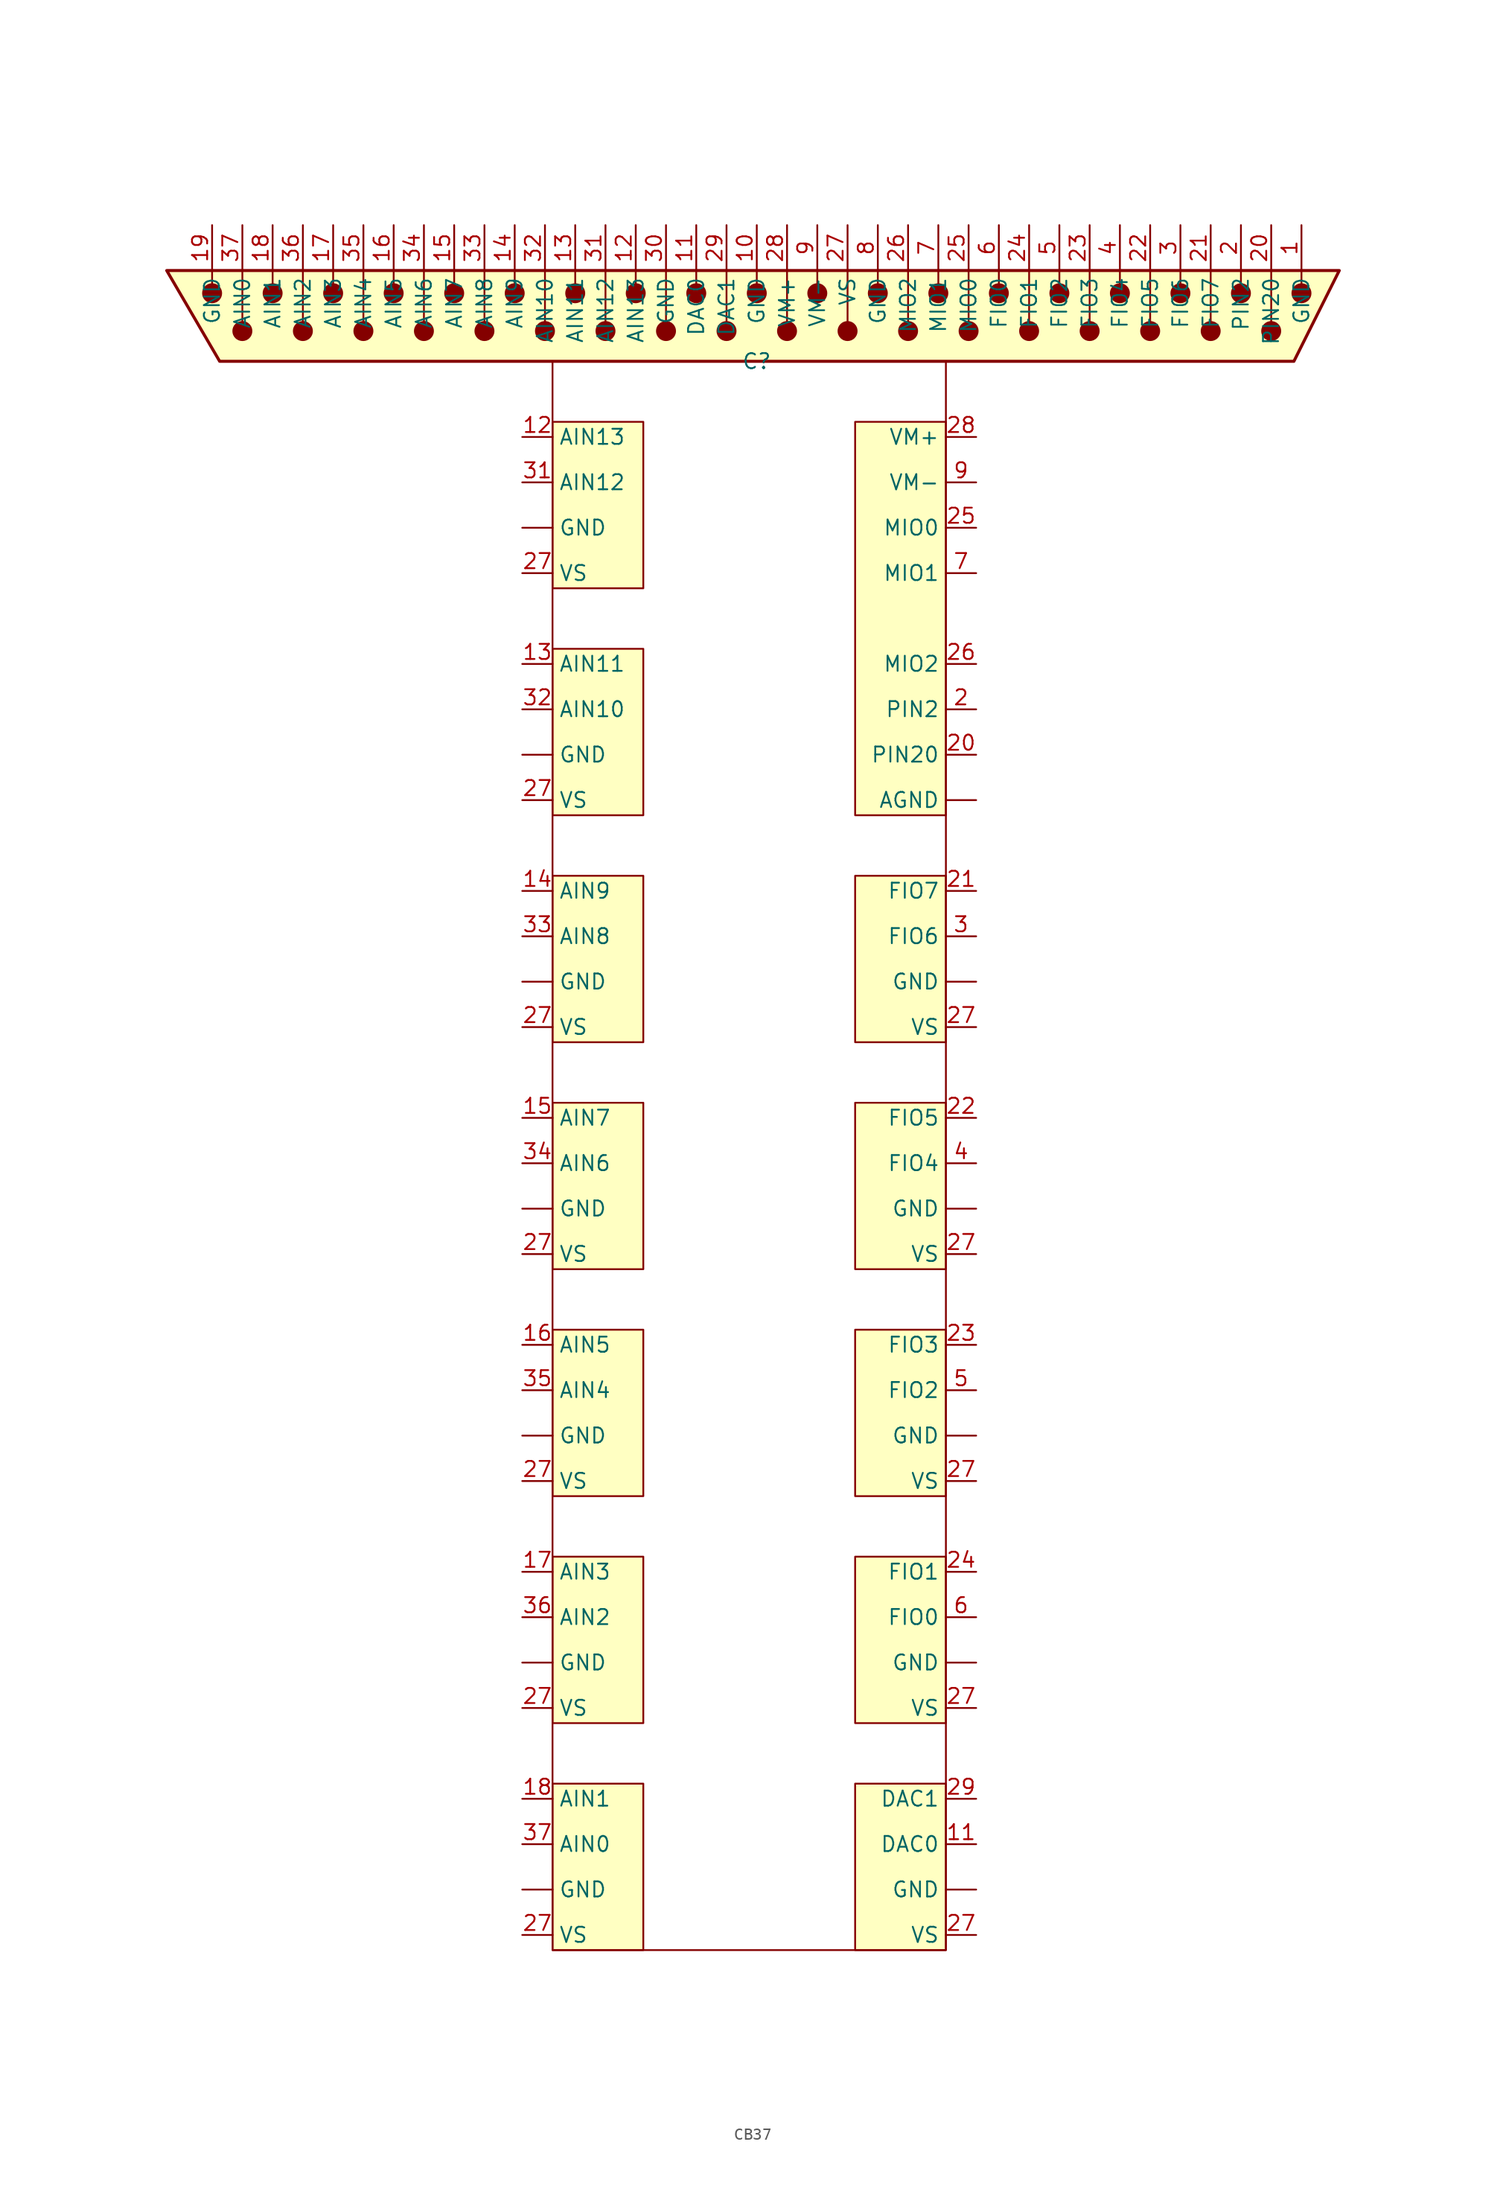
<source format=kicad_sym>
(kicad_symbol_lib
  (version 20241209)
  (generator "kicad_symbol_editor")
  (generator_version "9.0")
  (symbol "CB37"
    (property "Reference" "C"
      (at 0.635 0 0)
      (effects (font (size 1.27 1.27))))
    (property "Value" ""
      (at 0 0 0)
      (effects (font (size 1.27 1.27))))
    (symbol "CB37_0_1"
      (polyline (pts (xy -48.895 7.62) (xy -44.45 0) (xy 45.72 0) (xy 49.53 7.62) (xy -48.895 7.62)) (stroke (width 0.254) (type default)) (fill (type background)))
      (polyline (pts (xy -45.085 7.62) (xy -45.085 6.35)) (stroke (width 0) (type default)) (fill (type none)))
      (circle (center -45.085 5.715) (radius 0.762) (stroke (width 0) (type default)) (fill (type outline)))
      (polyline (pts (xy -42.545 7.62) (xy -42.545 3.302)) (stroke (width 0) (type default)) (fill (type none)))
      (circle (center -42.545 2.54) (radius 0.762) (stroke (width 0) (type default)) (fill (type outline)))
      (polyline (pts (xy -40.005 7.62) (xy -40.005 6.35)) (stroke (width 0) (type default)) (fill (type none)))
      (circle (center -40.005 5.715) (radius 0.762) (stroke (width 0) (type default)) (fill (type outline)))
      (polyline (pts (xy -37.465 7.62) (xy -37.465 3.302)) (stroke (width 0) (type default)) (fill (type none)))
      (circle (center -37.465 2.54) (radius 0.762) (stroke (width 0) (type default)) (fill (type outline)))
      (polyline (pts (xy -34.925 7.62) (xy -34.925 6.35)) (stroke (width 0) (type default)) (fill (type none)))
      (circle (center -34.925 5.715) (radius 0.762) (stroke (width 0) (type default)) (fill (type outline)))
      (polyline (pts (xy -32.385 7.62) (xy -32.385 3.302)) (stroke (width 0) (type default)) (fill (type none)))
      (circle (center -32.385 2.54) (radius 0.762) (stroke (width 0) (type default)) (fill (type outline)))
      (polyline (pts (xy -29.845 7.62) (xy -29.845 6.35)) (stroke (width 0) (type default)) (fill (type none)))
      (circle (center -29.845 5.715) (radius 0.762) (stroke (width 0) (type default)) (fill (type outline)))
      (polyline (pts (xy -27.305 7.62) (xy -27.305 3.302)) (stroke (width 0) (type default)) (fill (type none)))
      (circle (center -27.305 2.54) (radius 0.762) (stroke (width 0) (type default)) (fill (type outline)))
      (polyline (pts (xy -24.765 7.62) (xy -24.765 6.35)) (stroke (width 0) (type default)) (fill (type none)))
      (circle (center -24.765 5.715) (radius 0.762) (stroke (width 0) (type default)) (fill (type outline)))
      (polyline (pts (xy -22.225 7.62) (xy -22.225 3.302)) (stroke (width 0) (type default)) (fill (type none)))
      (circle (center -22.225 2.54) (radius 0.762) (stroke (width 0) (type default)) (fill (type outline)))
      (polyline (pts (xy -19.685 7.62) (xy -19.685 6.35)) (stroke (width 0) (type default)) (fill (type none)))
      (circle (center -19.685 5.715) (radius 0.762) (stroke (width 0) (type default)) (fill (type outline)))
      (polyline (pts (xy -17.145 7.62) (xy -17.145 3.302)) (stroke (width 0) (type default)) (fill (type none)))
      (circle (center -17.145 2.54) (radius 0.762) (stroke (width 0) (type default)) (fill (type outline)))
      (rectangle (start -16.51 -5.08) (end -8.89 -19.05) (stroke (width 0) (type default)) (fill (type color) (color 255 255 194 1)))
      (rectangle (start -16.51 -24.13) (end -8.89 -38.1) (stroke (width 0) (type default)) (fill (type color) (color 255 255 194 1)))
      (rectangle (start -16.51 -43.18) (end -8.89 -57.15) (stroke (width 0) (type default)) (fill (type color) (color 255 255 194 1)))
      (rectangle (start -16.51 -62.23) (end -8.89 -76.2) (stroke (width 0) (type default)) (fill (type color) (color 255 255 194 1)))
      (rectangle (start -16.51 -81.28) (end -8.89 -95.25) (stroke (width 0) (type default)) (fill (type color) (color 255 255 194 1)))
      (rectangle (start -16.51 -100.33) (end -8.89 -114.3) (stroke (width 0) (type default)) (fill (type color) (color 255 255 194 1)))
      (rectangle (start -16.51 -119.38) (end -8.89 -133.35) (stroke (width 0) (type default)) (fill (type color) (color 255 255 194 1)))
      (polyline (pts (xy -14.605 7.62) (xy -14.605 6.35)) (stroke (width 0) (type default)) (fill (type none)))
      (circle (center -14.605 5.715) (radius 0.762) (stroke (width 0) (type default)) (fill (type outline)))
      (polyline (pts (xy -12.065 7.62) (xy -12.065 3.302)) (stroke (width 0) (type default)) (fill (type none)))
      (circle (center -12.065 2.54) (radius 0.762) (stroke (width 0) (type default)) (fill (type outline)))
      (polyline (pts (xy -9.525 7.62) (xy -9.525 6.35)) (stroke (width 0) (type default)) (fill (type none)))
      (circle (center -9.525 5.715) (radius 0.762) (stroke (width 0) (type default)) (fill (type outline)))
      (polyline (pts (xy -6.985 7.62) (xy -6.985 3.302)) (stroke (width 0) (type default)) (fill (type none)))
      (circle (center -6.985 2.54) (radius 0.762) (stroke (width 0) (type default)) (fill (type outline)))
      (polyline (pts (xy -4.445 7.62) (xy -4.445 6.35)) (stroke (width 0) (type default)) (fill (type none)))
      (circle (center -4.445 5.715) (radius 0.762) (stroke (width 0) (type default)) (fill (type outline)))
      (polyline (pts (xy -1.905 7.62) (xy -1.905 3.302)) (stroke (width 0) (type default)) (fill (type none)))
      (circle (center -1.905 2.54) (radius 0.762) (stroke (width 0) (type default)) (fill (type outline)))
      (polyline (pts (xy 0.635 7.62) (xy 0.635 6.35)) (stroke (width 0) (type default)) (fill (type none)))
      (circle (center 0.635 5.715) (radius 0.762) (stroke (width 0) (type default)) (fill (type outline)))
      (polyline (pts (xy 3.175 7.62) (xy 3.175 3.302)) (stroke (width 0) (type default)) (fill (type none)))
      (circle (center 3.175 2.54) (radius 0.762) (stroke (width 0) (type default)) (fill (type outline)))
      (polyline (pts (xy 5.715 7.62) (xy 5.715 6.35)) (stroke (width 0) (type default)) (fill (type none)))
      (circle (center 5.715 5.715) (radius 0.762) (stroke (width 0) (type default)) (fill (type outline)))
      (polyline (pts (xy 8.255 7.62) (xy 8.255 3.302)) (stroke (width 0) (type default)) (fill (type none)))
      (circle (center 8.255 2.54) (radius 0.762) (stroke (width 0) (type default)) (fill (type outline)))
      (rectangle (start 8.89 -5.08) (end 16.51 -38.1) (stroke (width 0) (type default)) (fill (type color) (color 255 255 194 1)))
      (rectangle (start 8.89 -43.18) (end 16.51 -57.15) (stroke (width 0) (type default)) (fill (type color) (color 255 255 194 1)))
      (rectangle (start 8.89 -62.23) (end 16.51 -76.2) (stroke (width 0) (type default)) (fill (type color) (color 255 255 194 1)))
      (rectangle (start 8.89 -81.28) (end 16.51 -95.25) (stroke (width 0) (type default)) (fill (type color) (color 255 255 194 1)))
      (rectangle (start 8.89 -100.33) (end 16.51 -114.3) (stroke (width 0) (type default)) (fill (type color) (color 255 255 194 1)))
      (rectangle (start 8.89 -119.38) (end 16.51 -133.35) (stroke (width 0) (type default)) (fill (type color) (color 255 255 194 1)))
      (polyline (pts (xy 10.795 7.62) (xy 10.795 6.35)) (stroke (width 0) (type default)) (fill (type none)))
      (circle (center 10.795 5.715) (radius 0.762) (stroke (width 0) (type default)) (fill (type outline)))
      (polyline (pts (xy 13.335 7.62) (xy 13.335 3.302)) (stroke (width 0) (type default)) (fill (type none)))
      (circle (center 13.335 2.54) (radius 0.762) (stroke (width 0) (type default)) (fill (type outline)))
      (polyline (pts (xy 15.875 7.62) (xy 15.875 6.35)) (stroke (width 0) (type default)) (fill (type none)))
      (circle (center 15.875 5.715) (radius 0.762) (stroke (width 0) (type default)) (fill (type outline)))
      (polyline (pts (xy 18.415 7.62) (xy 18.415 3.302)) (stroke (width 0) (type default)) (fill (type none)))
      (circle (center 18.415 2.54) (radius 0.762) (stroke (width 0) (type default)) (fill (type outline)))
      (polyline (pts (xy 20.955 7.62) (xy 20.955 6.35)) (stroke (width 0) (type default)) (fill (type none)))
      (circle (center 20.955 5.715) (radius 0.762) (stroke (width 0) (type default)) (fill (type outline)))
      (polyline (pts (xy 23.495 7.62) (xy 23.495 3.302)) (stroke (width 0) (type default)) (fill (type none)))
      (circle (center 23.495 2.54) (radius 0.762) (stroke (width 0) (type default)) (fill (type outline)))
      (polyline (pts (xy 26.035 7.62) (xy 26.035 6.35)) (stroke (width 0) (type default)) (fill (type none)))
      (circle (center 26.035 5.715) (radius 0.762) (stroke (width 0) (type default)) (fill (type outline)))
      (polyline (pts (xy 28.575 7.62) (xy 28.575 3.302)) (stroke (width 0) (type default)) (fill (type none)))
      (circle (center 28.575 2.54) (radius 0.762) (stroke (width 0) (type default)) (fill (type outline)))
      (polyline (pts (xy 31.115 7.62) (xy 31.115 6.35)) (stroke (width 0) (type default)) (fill (type none)))
      (circle (center 31.115 5.715) (radius 0.762) (stroke (width 0) (type default)) (fill (type outline)))
      (polyline (pts (xy 33.655 7.62) (xy 33.655 3.302)) (stroke (width 0) (type default)) (fill (type none)))
      (circle (center 33.655 2.54) (radius 0.762) (stroke (width 0) (type default)) (fill (type outline)))
      (polyline (pts (xy 36.195 7.62) (xy 36.195 6.35)) (stroke (width 0) (type default)) (fill (type none)))
      (circle (center 36.195 5.715) (radius 0.762) (stroke (width 0) (type default)) (fill (type outline)))
      (polyline (pts (xy 38.735 7.62) (xy 38.735 3.302)) (stroke (width 0) (type default)) (fill (type none)))
      (circle (center 38.735 2.54) (radius 0.762) (stroke (width 0) (type default)) (fill (type outline)))
      (polyline (pts (xy 41.275 7.62) (xy 41.275 6.35)) (stroke (width 0) (type default)) (fill (type none)))
      (circle (center 41.275 5.715) (radius 0.762) (stroke (width 0) (type default)) (fill (type outline)))
      (polyline (pts (xy 43.815 7.62) (xy 43.815 3.302)) (stroke (width 0) (type default)) (fill (type none)))
      (circle (center 43.815 2.54) (radius 0.762) (stroke (width 0) (type default)) (fill (type outline)))
      (polyline (pts (xy 46.355 7.62) (xy 46.355 6.35)) (stroke (width 0) (type default)) (fill (type none)))
      (circle (center 46.355 5.715) (radius 0.762) (stroke (width 0) (type default)) (fill (type outline))))
    (symbol "CB37_1_1"
      (rectangle (start -16.51 0) (end 16.51 -133.35) (stroke (width 0) (type solid)) (fill (type none)))
      (pin power_in line (at -45.085 11.43 270) (length 3.81) (name "GND" (effects (font (size 1.27 1.27)))) (number "19" (effects (font (size 1.27 1.27)))))
      (pin output line (at -42.545 11.43 270) (length 3.81) (name "AIN0" (effects (font (size 1.27 1.27)))) (number "37" (effects (font (size 1.27 1.27)))))
      (pin output line (at -40.005 11.43 270) (length 3.81) (name "AIN1" (effects (font (size 1.27 1.27)))) (number "18" (effects (font (size 1.27 1.27)))))
      (pin output line (at -37.465 11.43 270) (length 3.81) (name "AIN2" (effects (font (size 1.27 1.27)))) (number "36" (effects (font (size 1.27 1.27)))))
      (pin output line (at -34.925 11.43 270) (length 3.81) (name "AIN3" (effects (font (size 1.27 1.27)))) (number "17" (effects (font (size 1.27 1.27)))))
      (pin output line (at -32.385 11.43 270) (length 3.81) (name "AIN4" (effects (font (size 1.27 1.27)))) (number "35" (effects (font (size 1.27 1.27)))))
      (pin output line (at -29.845 11.43 270) (length 3.81) (name "AIN5" (effects (font (size 1.27 1.27)))) (number "16" (effects (font (size 1.27 1.27)))))
      (pin output line (at -27.305 11.43 270) (length 3.81) (name "AIN6" (effects (font (size 1.27 1.27)))) (number "34" (effects (font (size 1.27 1.27)))))
      (pin output line (at -24.765 11.43 270) (length 3.81) (name "AIN7" (effects (font (size 1.27 1.27)))) (number "15" (effects (font (size 1.27 1.27)))))
      (pin output line (at -22.225 11.43 270) (length 3.81) (name "AIN8" (effects (font (size 1.27 1.27)))) (number "33" (effects (font (size 1.27 1.27)))))
      (pin output line (at -19.685 11.43 270) (length 3.81) (name "AIN9" (effects (font (size 1.27 1.27)))) (number "14" (effects (font (size 1.27 1.27)))))
      (pin input line (at -19.05 -6.35 0) (length 2.54) (name "AIN13" (effects (font (size 1.27 1.27)))) (number "12" (effects (font (size 1.27 1.27)))))
      (pin input line (at -19.05 -10.16 0) (length 2.54) (name "AIN12" (effects (font (size 1.27 1.27)))) (number "31" (effects (font (size 1.27 1.27)))))
      (pin power_in line (at -19.05 -13.97 0) (length 2.54) (name "GND" (effects (font (size 1.27 1.27)))) (number "" (effects (font (size 1.27 1.27)))))
      (pin power_out line (at -19.05 -17.78 0) (length 2.54) (name "VS" (effects (font (size 1.27 1.27)))) (number "27" (effects (font (size 1.27 1.27)))))
      (pin input line (at -19.05 -25.4 0) (length 2.54) (name "AIN11" (effects (font (size 1.27 1.27)))) (number "13" (effects (font (size 1.27 1.27)))))
      (pin input line (at -19.05 -29.21 0) (length 2.54) (name "AIN10" (effects (font (size 1.27 1.27)))) (number "32" (effects (font (size 1.27 1.27)))))
      (pin power_in line (at -19.05 -33.02 0) (length 2.54) (name "GND" (effects (font (size 1.27 1.27)))) (number "" (effects (font (size 1.27 1.27)))))
      (pin power_out line (at -19.05 -36.83 0) (length 2.54) (name "VS" (effects (font (size 1.27 1.27)))) (number "27" (effects (font (size 1.27 1.27)))))
      (pin input line (at -19.05 -44.45 0) (length 2.54) (name "AIN9" (effects (font (size 1.27 1.27)))) (number "14" (effects (font (size 1.27 1.27)))))
      (pin input line (at -19.05 -48.26 0) (length 2.54) (name "AIN8" (effects (font (size 1.27 1.27)))) (number "33" (effects (font (size 1.27 1.27)))))
      (pin power_in line (at -19.05 -52.07 0) (length 2.54) (name "GND" (effects (font (size 1.27 1.27)))) (number "" (effects (font (size 1.27 1.27)))))
      (pin power_out line (at -19.05 -55.88 0) (length 2.54) (name "VS" (effects (font (size 1.27 1.27)))) (number "27" (effects (font (size 1.27 1.27)))))
      (pin input line (at -19.05 -63.5 0) (length 2.54) (name "AIN7" (effects (font (size 1.27 1.27)))) (number "15" (effects (font (size 1.27 1.27)))))
      (pin input line (at -19.05 -67.31 0) (length 2.54) (name "AIN6" (effects (font (size 1.27 1.27)))) (number "34" (effects (font (size 1.27 1.27)))))
      (pin power_in line (at -19.05 -71.12 0) (length 2.54) (name "GND" (effects (font (size 1.27 1.27)))) (number "" (effects (font (size 1.27 1.27)))))
      (pin power_out line (at -19.05 -74.93 0) (length 2.54) (name "VS" (effects (font (size 1.27 1.27)))) (number "27" (effects (font (size 1.27 1.27)))))
      (pin input line (at -19.05 -82.55 0) (length 2.54) (name "AIN5" (effects (font (size 1.27 1.27)))) (number "16" (effects (font (size 1.27 1.27)))))
      (pin input line (at -19.05 -86.36 0) (length 2.54) (name "AIN4" (effects (font (size 1.27 1.27)))) (number "35" (effects (font (size 1.27 1.27)))))
      (pin power_in line (at -19.05 -90.17 0) (length 2.54) (name "GND" (effects (font (size 1.27 1.27)))) (number "" (effects (font (size 1.27 1.27)))))
      (pin power_out line (at -19.05 -93.98 0) (length 2.54) (name "VS" (effects (font (size 1.27 1.27)))) (number "27" (effects (font (size 1.27 1.27)))))
      (pin input line (at -19.05 -101.6 0) (length 2.54) (name "AIN3" (effects (font (size 1.27 1.27)))) (number "17" (effects (font (size 1.27 1.27)))))
      (pin input line (at -19.05 -105.41 0) (length 2.54) (name "AIN2" (effects (font (size 1.27 1.27)))) (number "36" (effects (font (size 1.27 1.27)))))
      (pin power_in line (at -19.05 -109.22 0) (length 2.54) (name "GND" (effects (font (size 1.27 1.27)))) (number "" (effects (font (size 1.27 1.27)))))
      (pin power_out line (at -19.05 -113.03 0) (length 2.54) (name "VS" (effects (font (size 1.27 1.27)))) (number "27" (effects (font (size 1.27 1.27)))))
      (pin input line (at -19.05 -120.65 0) (length 2.54) (name "AIN1" (effects (font (size 1.27 1.27)))) (number "18" (effects (font (size 1.27 1.27)))))
      (pin input line (at -19.05 -124.46 0) (length 2.54) (name "AIN0" (effects (font (size 1.27 1.27)))) (number "37" (effects (font (size 1.27 1.27)))))
      (pin power_in line (at -19.05 -128.27 0) (length 2.54) (name "GND" (effects (font (size 1.27 1.27)))) (number "" (effects (font (size 1.27 1.27)))))
      (pin power_out line (at -19.05 -132.08 0) (length 2.54) (name "VS" (effects (font (size 1.27 1.27)))) (number "27" (effects (font (size 1.27 1.27)))))
      (pin output line (at -17.145 11.43 270) (length 3.81) (name "AIN10" (effects (font (size 1.27 1.27)))) (number "32" (effects (font (size 1.27 1.27)))))
      (pin output line (at -14.605 11.43 270) (length 3.81) (name "AIN11" (effects (font (size 1.27 1.27)))) (number "13" (effects (font (size 1.27 1.27)))))
      (pin output line (at -12.065 11.43 270) (length 3.81) (name "AIN12" (effects (font (size 1.27 1.27)))) (number "31" (effects (font (size 1.27 1.27)))))
      (pin output line (at -9.525 11.43 270) (length 3.81) (name "AIN13" (effects (font (size 1.27 1.27)))) (number "12" (effects (font (size 1.27 1.27)))))
      (pin power_in line (at -6.985 11.43 270) (length 3.81) (name "GND" (effects (font (size 1.27 1.27)))) (number "30" (effects (font (size 1.27 1.27)))))
      (pin output line (at -4.445 11.43 270) (length 3.81) (name "DAC0" (effects (font (size 1.27 1.27)))) (number "11" (effects (font (size 1.27 1.27)))))
      (pin output line (at -1.905 11.43 270) (length 3.81) (name "DAC1" (effects (font (size 1.27 1.27)))) (number "29" (effects (font (size 1.27 1.27)))))
      (pin power_in line (at 0.635 11.43 270) (length 3.81) (name "GND" (effects (font (size 1.27 1.27)))) (number "10" (effects (font (size 1.27 1.27)))))
      (pin output line (at 3.175 11.43 270) (length 3.81) (name "VM+" (effects (font (size 1.27 1.27)))) (number "28" (effects (font (size 1.27 1.27)))))
      (pin output line (at 5.715 11.43 270) (length 3.81) (name "VM-" (effects (font (size 1.27 1.27)))) (number "9" (effects (font (size 1.27 1.27)))))
      (pin power_in line (at 8.255 11.43 270) (length 3.81) (name "VS" (effects (font (size 1.27 1.27)))) (number "27" (effects (font (size 1.27 1.27)))))
      (pin power_in line (at 10.795 11.43 270) (length 3.81) (name "GND" (effects (font (size 1.27 1.27)))) (number "8" (effects (font (size 1.27 1.27)))))
      (pin passive line (at 13.335 11.43 270) (length 3.81) (name "MIO2" (effects (font (size 1.27 1.27)))) (number "26" (effects (font (size 1.27 1.27)))))
      (pin bidirectional line (at 15.875 11.43 270) (length 3.81) (name "MIO1" (effects (font (size 1.27 1.27)))) (number "7" (effects (font (size 1.27 1.27)))))
      (pin bidirectional line (at 18.415 11.43 270) (length 3.81) (name "MIO0" (effects (font (size 1.27 1.27)))) (number "25" (effects (font (size 1.27 1.27)))))
      (pin input line (at 19.05 -6.35 180) (length 2.54) (name "VM+" (effects (font (size 1.27 1.27)))) (number "28" (effects (font (size 1.27 1.27)))))
      (pin input line (at 19.05 -10.16 180) (length 2.54) (name "VM-" (effects (font (size 1.27 1.27)))) (number "9" (effects (font (size 1.27 1.27)))))
      (pin bidirectional line (at 19.05 -13.97 180) (length 2.54) (name "MIO0" (effects (font (size 1.27 1.27)))) (number "25" (effects (font (size 1.27 1.27)))))
      (pin bidirectional line (at 19.05 -17.78 180) (length 2.54) (name "MIO1" (effects (font (size 1.27 1.27)))) (number "7" (effects (font (size 1.27 1.27)))))
      (pin bidirectional line (at 19.05 -25.4 180) (length 2.54) (name "MIO2" (effects (font (size 1.27 1.27)))) (number "26" (effects (font (size 1.27 1.27)))))
      (pin power_out line (at 19.05 -29.21 180) (length 2.54) (name "PIN2" (effects (font (size 1.27 1.27)))) (number "2" (effects (font (size 1.27 1.27)))))
      (pin power_out line (at 19.05 -33.02 180) (length 2.54) (name "PIN20" (effects (font (size 1.27 1.27)))) (number "20" (effects (font (size 1.27 1.27)))))
      (pin power_in line (at 19.05 -36.83 180) (length 2.54) (name "AGND" (effects (font (size 1.27 1.27)))) (number "" (effects (font (size 1.27 1.27)))))
      (pin bidirectional line (at 19.05 -44.45 180) (length 2.54) (name "FIO7" (effects (font (size 1.27 1.27)))) (number "21" (effects (font (size 1.27 1.27)))))
      (pin bidirectional line (at 19.05 -48.26 180) (length 2.54) (name "FIO6" (effects (font (size 1.27 1.27)))) (number "3" (effects (font (size 1.27 1.27)))))
      (pin power_in line (at 19.05 -52.07 180) (length 2.54) (name "GND" (effects (font (size 1.27 1.27)))) (number "" (effects (font (size 1.27 1.27)))))
      (pin power_out line (at 19.05 -55.88 180) (length 2.54) (name "VS" (effects (font (size 1.27 1.27)))) (number "27" (effects (font (size 1.27 1.27)))))
      (pin bidirectional line (at 19.05 -63.5 180) (length 2.54) (name "FIO5" (effects (font (size 1.27 1.27)))) (number "22" (effects (font (size 1.27 1.27)))))
      (pin bidirectional line (at 19.05 -67.31 180) (length 2.54) (name "FIO4" (effects (font (size 1.27 1.27)))) (number "4" (effects (font (size 1.27 1.27)))))
      (pin power_in line (at 19.05 -71.12 180) (length 2.54) (name "GND" (effects (font (size 1.27 1.27)))) (number "" (effects (font (size 1.27 1.27)))))
      (pin power_out line (at 19.05 -74.93 180) (length 2.54) (name "VS" (effects (font (size 1.27 1.27)))) (number "27" (effects (font (size 1.27 1.27)))))
      (pin bidirectional line (at 19.05 -82.55 180) (length 2.54) (name "FIO3" (effects (font (size 1.27 1.27)))) (number "23" (effects (font (size 1.27 1.27)))))
      (pin bidirectional line (at 19.05 -86.36 180) (length 2.54) (name "FIO2" (effects (font (size 1.27 1.27)))) (number "5" (effects (font (size 1.27 1.27)))))
      (pin power_in line (at 19.05 -90.17 180) (length 2.54) (name "GND" (effects (font (size 1.27 1.27)))) (number "" (effects (font (size 1.27 1.27)))))
      (pin power_out line (at 19.05 -93.98 180) (length 2.54) (name "VS" (effects (font (size 1.27 1.27)))) (number "27" (effects (font (size 1.27 1.27)))))
      (pin bidirectional line (at 19.05 -101.6 180) (length 2.54) (name "FIO1" (effects (font (size 1.27 1.27)))) (number "24" (effects (font (size 1.27 1.27)))))
      (pin bidirectional line (at 19.05 -105.41 180) (length 2.54) (name "FIO0" (effects (font (size 1.27 1.27)))) (number "6" (effects (font (size 1.27 1.27)))))
      (pin power_in line (at 19.05 -109.22 180) (length 2.54) (name "GND" (effects (font (size 1.27 1.27)))) (number "" (effects (font (size 1.27 1.27)))))
      (pin power_out line (at 19.05 -113.03 180) (length 2.54) (name "VS" (effects (font (size 1.27 1.27)))) (number "27" (effects (font (size 1.27 1.27)))))
      (pin output line (at 19.05 -120.65 180) (length 2.54) (name "DAC1" (effects (font (size 1.27 1.27)))) (number "29" (effects (font (size 1.27 1.27)))))
      (pin output line (at 19.05 -124.46 180) (length 2.54) (name "DAC0" (effects (font (size 1.27 1.27)))) (number "11" (effects (font (size 1.27 1.27)))))
      (pin power_in line (at 19.05 -128.27 180) (length 2.54) (name "GND" (effects (font (size 1.27 1.27)))) (number "" (effects (font (size 1.27 1.27)))))
      (pin power_out line (at 19.05 -132.08 180) (length 2.54) (name "VS" (effects (font (size 1.27 1.27)))) (number "27" (effects (font (size 1.27 1.27)))))
      (pin bidirectional line (at 20.955 11.43 270) (length 3.81) (name "FIO0" (effects (font (size 1.27 1.27)))) (number "6" (effects (font (size 1.27 1.27)))))
      (pin bidirectional line (at 23.495 11.43 270) (length 3.81) (name "FIO1" (effects (font (size 1.27 1.27)))) (number "24" (effects (font (size 1.27 1.27)))))
      (pin bidirectional line (at 26.035 11.43 270) (length 3.81) (name "FIO2" (effects (font (size 1.27 1.27)))) (number "5" (effects (font (size 1.27 1.27)))))
      (pin bidirectional line (at 28.575 11.43 270) (length 3.81) (name "FIO3" (effects (font (size 1.27 1.27)))) (number "23" (effects (font (size 1.27 1.27)))))
      (pin bidirectional line (at 31.115 11.43 270) (length 3.81) (name "FIO4" (effects (font (size 1.27 1.27)))) (number "4" (effects (font (size 1.27 1.27)))))
      (pin bidirectional line (at 33.655 11.43 270) (length 3.81) (name "FIO5" (effects (font (size 1.27 1.27)))) (number "22" (effects (font (size 1.27 1.27)))))
      (pin bidirectional line (at 36.195 11.43 270) (length 3.81) (name "FIO6" (effects (font (size 1.27 1.27)))) (number "3" (effects (font (size 1.27 1.27)))))
      (pin bidirectional line (at 38.735 11.43 270) (length 3.81) (name "FIO7" (effects (font (size 1.27 1.27)))) (number "21" (effects (font (size 1.27 1.27)))))
      (pin power_in line (at 41.275 11.43 270) (length 3.81) (name "PIN2" (effects (font (size 1.27 1.27)))) (number "2" (effects (font (size 1.27 1.27)))))
      (pin power_in line (at 43.815 11.43 270) (length 3.81) (name "PIN20" (effects (font (size 1.27 1.27)))) (number "20" (effects (font (size 1.27 1.27)))))
      (pin power_in line (at 46.355 11.43 270) (length 3.81) (name "GND" (effects (font (size 1.27 1.27)))) (number "1" (effects (font (size 1.27 1.27))))))))
</source>
